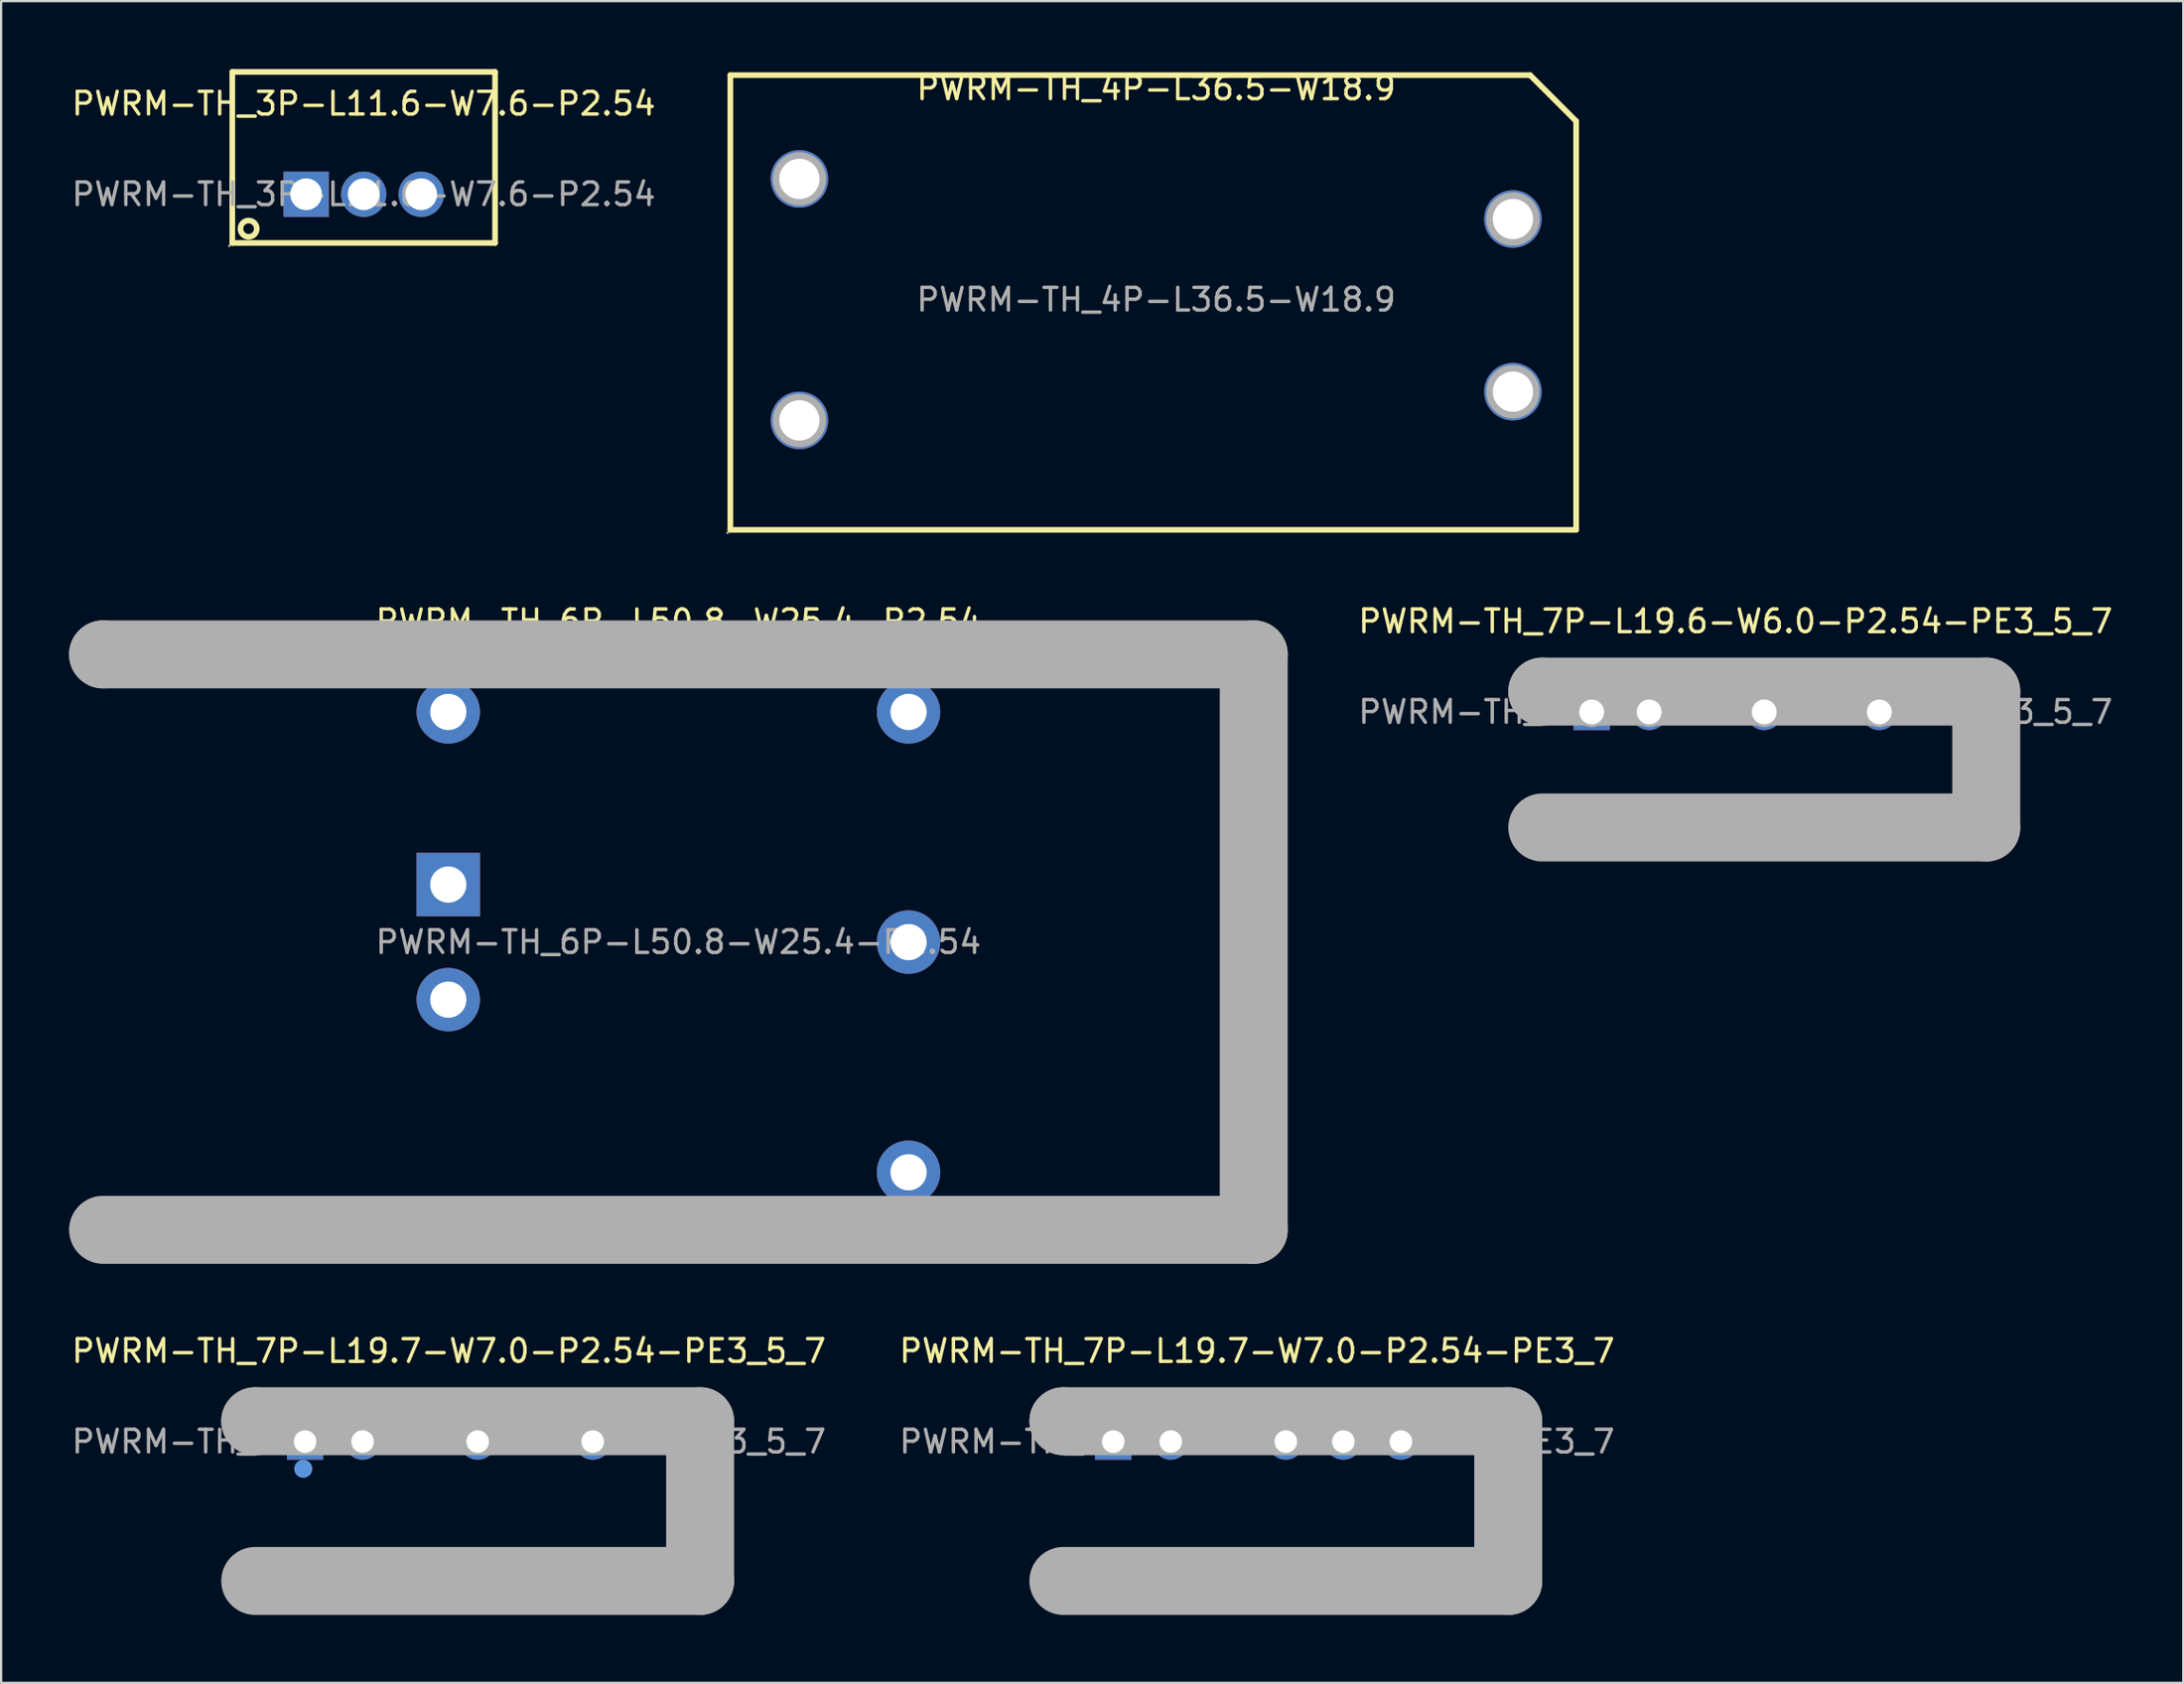
<source format=kicad_pcb>
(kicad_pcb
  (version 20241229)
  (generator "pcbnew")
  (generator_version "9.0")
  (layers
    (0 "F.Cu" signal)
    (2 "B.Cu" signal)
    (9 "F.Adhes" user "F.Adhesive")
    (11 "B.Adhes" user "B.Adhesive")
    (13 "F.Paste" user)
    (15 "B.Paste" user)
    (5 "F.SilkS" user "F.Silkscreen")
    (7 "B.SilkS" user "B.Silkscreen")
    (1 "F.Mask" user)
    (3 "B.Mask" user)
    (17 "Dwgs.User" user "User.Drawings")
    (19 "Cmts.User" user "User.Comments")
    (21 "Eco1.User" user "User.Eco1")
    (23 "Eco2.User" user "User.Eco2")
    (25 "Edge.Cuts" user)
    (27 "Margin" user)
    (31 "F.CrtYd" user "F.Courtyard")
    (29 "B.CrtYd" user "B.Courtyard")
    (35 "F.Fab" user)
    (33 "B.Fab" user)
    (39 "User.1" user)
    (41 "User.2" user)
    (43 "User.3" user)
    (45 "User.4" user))
  (footprint "PWRM-TH_7P-L19.7-W7.0-P2.54-PE3_7"
    (layer "F.Cu")
    (at 52.446 60.585)
    (property "Reference" "PWRM-TH_7P-L19.7-W7.0-P2.54-PE3_7" (at 0 -4 0) (layer "F.SilkS") (effects (font (size 1 1) (thickness 0.15))))
    (attr through_hole)
    (fp_line (start -8.55 -0.9) (end -8.55 -0.9) (stroke (width 3) (type solid)) (layer "F.Fab"))
    (fp_line (start -8.55 -0.9) (end 11.09 -0.9) (stroke (width 3) (type solid)) (layer "F.Fab"))
    (fp_line (start 11.09 -0.9) (end 11.09 6.15) (stroke (width 3) (type solid)) (layer "F.Fab"))
    (fp_line (start 11.09 6.15) (end -8.55 6.15) (stroke (width 3) (type solid)) (layer "F.Fab"))
    (fp_circle (center -8.68 6.28) (end -8.65 6.28) (stroke (width 0.06) (type solid)) (fill no) (layer "F.Fab"))
    (fp_circle (center -6.35 0) (end -6.15 0) (stroke (width 0.4) (type solid)) (fill no) (layer "F.Fab"))
    (fp_circle (center -3.81 0) (end -3.61 0) (stroke (width 0.4) (type solid)) (fill no) (layer "F.Fab"))
    (fp_circle (center 1.27 0) (end 1.47 0) (stroke (width 0.4) (type solid)) (fill no) (layer "F.Fab"))
    (fp_circle (center 3.81 0) (end 4.01 0) (stroke (width 0.4) (type solid)) (fill no) (layer "F.Fab"))
    (fp_circle (center 6.35 0) (end 6.55 0) (stroke (width 0.4) (type solid)) (fill no) (layer "F.Fab"))
    (fp_text user "${REFERENCE}" (at 0 0 0) (layer "F.Fab") (effects (font (size 1 1) (thickness 0.15))))
    (pad "1" thru_hole rect (at -6.35 0 180) (size 1.6 1.6) (drill 1) (layers "*.Cu" "*.Paste" "*.Mask"))
    (pad "2" thru_hole circle (at -3.81 0 180) (size 1.6 1.6) (drill 1) (layers "*.Cu" "*.Paste" "*.Mask"))
    (pad "4" thru_hole circle (at 1.27 0) (size 1.6 1.6) (drill 1) (layers "*.Cu" "*.Paste" "*.Mask"))
    (pad "5" thru_hole circle (at 3.81 0) (size 1.6 1.6) (drill 1) (layers "*.Cu" "*.Paste" "*.Mask"))
    (pad "6" thru_hole circle (at 6.35 0) (size 1.6 1.6) (drill 1) (layers "*.Cu" "*.Paste" "*.Mask")))
  (footprint "PWRM-TH_7P-L19.7-W7.0-P2.54-PE3_5_7"
    (layer "F.Cu")
    (at 16.768 60.585)
    (property "Reference" "PWRM-TH_7P-L19.7-W7.0-P2.54-PE3_5_7" (at 0 -4 0) (layer "F.SilkS") (effects (font (size 1 1) (thickness 0.15))))
    (attr through_hole)
    (fp_circle (center -6.43 1.2) (end -6.23 1.2) (stroke (width 0.4) (type solid)) (fill no) (layer "Cmts.User"))
    (fp_line (start -8.55 -0.9) (end -8.55 -0.9) (stroke (width 3) (type solid)) (layer "F.Fab"))
    (fp_line (start -8.55 -0.9) (end 11.09 -0.9) (stroke (width 3) (type solid)) (layer "F.Fab"))
    (fp_line (start 11.09 -0.9) (end 11.09 6.15) (stroke (width 3) (type solid)) (layer "F.Fab"))
    (fp_line (start 11.09 6.15) (end -8.55 6.15) (stroke (width 3) (type solid)) (layer "F.Fab"))
    (fp_circle (center -8.55 6.3) (end -8.52 6.3) (stroke (width 0.06) (type solid)) (fill no) (layer "F.Fab"))
    (fp_text user "${REFERENCE}" (at 0 0 0) (layer "F.Fab") (effects (font (size 1 1) (thickness 0.15))))
    (pad "1" thru_hole rect (at -6.35 0 180) (size 1.6 1.6) (drill 1) (layers "*.Cu" "*.Paste" "*.Mask"))
    (pad "2" thru_hole circle (at -3.81 0 180) (size 1.6 1.6) (drill 1) (layers "*.Cu" "*.Paste" "*.Mask"))
    (pad "4" thru_hole circle (at 1.27 0) (size 1.6 1.6) (drill 1) (layers "*.Cu" "*.Paste" "*.Mask"))
    (pad "6" thru_hole circle (at 6.35 0) (size 1.6 1.6) (drill 1) (layers "*.Cu" "*.Paste" "*.Mask")))
  (footprint "PWRM-TH_3P-L11.6-W7.6-P2.54"
    (layer "F.Cu")
    (at 13.006 5.525)
    (property "Reference" "PWRM-TH_3P-L11.6-W7.6-P2.54" (at 0 -4 0) (layer "F.SilkS") (effects (font (size 1 1) (thickness 0.15))))
    (attr through_hole)
    (fp_line (start -5.8 -5.4) (end 5.8 -5.4) (stroke (width 0.25) (type solid)) (layer "F.SilkS"))
    (fp_line (start -5.8 2.15) (end -5.8 -5.4) (stroke (width 0.25) (type solid)) (layer "F.SilkS"))
    (fp_line (start -5.8 2.15) (end 5.8 2.15) (stroke (width 0.25) (type solid)) (layer "F.SilkS"))
    (fp_line (start 5.8 2.15) (end 5.8 -5.4) (stroke (width 0.25) (type solid)) (layer "F.SilkS"))
    (fp_circle (center -5.08 1.52) (end -4.72 1.52) (stroke (width 0.25) (type solid)) (fill no) (layer "F.SilkS"))
    (fp_circle (center -5.93 2.28) (end -5.9 2.28) (stroke (width 0.06) (type solid)) (fill no) (layer "F.Fab"))
    (fp_circle (center -2.54 0) (end -2.24 0) (stroke (width 0.6) (type solid)) (fill no) (layer "F.Fab"))
    (fp_circle (center 0 0) (end 0.3 0) (stroke (width 0.6) (type solid)) (fill no) (layer "F.Fab"))
    (fp_circle (center 2.54 0) (end 2.84 0) (stroke (width 0.6) (type solid)) (fill no) (layer "F.Fab"))
    (fp_text user "${REFERENCE}" (at 0 0 0) (layer "F.Fab") (effects (font (size 1 1) (thickness 0.15))))
    (pad "1" thru_hole rect (at -2.54 0) (size 2 2) (drill 1.4) (layers "*.Cu" "*.Paste" "*.Mask"))
    (pad "2" thru_hole circle (at 0 0) (size 2 2) (drill 1.4) (layers "*.Cu" "*.Paste" "*.Mask"))
    (pad "3" thru_hole circle (at 2.54 0) (size 2 2) (drill 1.4) (layers "*.Cu" "*.Paste" "*.Mask")))
  (footprint "PWRM-TH_7P-L19.6-W6.0-P2.54-PE3_5_7"
    (layer "F.Cu")
    (at 73.568 28.377)
    (property "Reference" "PWRM-TH_7P-L19.6-W6.0-P2.54-PE3_5_7" (at 0 -4 0) (layer "F.SilkS") (effects (font (size 1 1) (thickness 0.15))))
    (attr through_hole)
    (fp_line (start -8.53 -0.9) (end -8.53 -0.9) (stroke (width 3) (type solid)) (layer "F.Fab"))
    (fp_line (start -8.53 -0.9) (end 11.07 -0.9) (stroke (width 3) (type solid)) (layer "F.Fab"))
    (fp_line (start 11.07 -0.9) (end 11.07 5.1) (stroke (width 3) (type solid)) (layer "F.Fab"))
    (fp_line (start 11.07 5.1) (end -8.53 5.1) (stroke (width 3) (type solid)) (layer "F.Fab"))
    (fp_circle (center -8.66 5.23) (end -8.63 5.23) (stroke (width 0.06) (type solid)) (fill no) (layer "F.Fab"))
    (fp_circle (center -6.35 0) (end -6.13 0) (stroke (width 0.45) (type solid)) (fill no) (layer "F.Fab"))
    (fp_circle (center -3.81 0) (end -3.59 0) (stroke (width 0.45) (type solid)) (fill no) (layer "F.Fab"))
    (fp_circle (center 1.27 0) (end 1.49 0) (stroke (width 0.45) (type solid)) (fill no) (layer "F.Fab"))
    (fp_circle (center 6.35 0) (end 6.57 0) (stroke (width 0.45) (type solid)) (fill no) (layer "F.Fab"))
    (fp_text user "${REFERENCE}" (at 0 0 0) (layer "F.Fab") (effects (font (size 1 1) (thickness 0.15))))
    (pad "1" thru_hole rect (at -6.35 0) (size 1.6 1.6) (drill 1.1) (layers "*.Cu" "*.Paste" "*.Mask"))
    (pad "2" thru_hole circle (at -3.81 0) (size 1.6 1.6) (drill 1.1) (layers "*.Cu" "*.Paste" "*.Mask"))
    (pad "4" thru_hole circle (at 1.27 0) (size 1.6 1.6) (drill 1.1) (layers "*.Cu" "*.Paste" "*.Mask"))
    (pad "6" thru_hole circle (at 6.35 0) (size 1.6 1.6) (drill 1.1) (layers "*.Cu" "*.Paste" "*.Mask")))
  (footprint "PWRM-TH_6P-L50.8-W25.4-P2.54"
    (layer "F.Cu")
    (at 26.9 38.536)
    (property "Reference" "PWRM-TH_6P-L50.8-W25.4-P2.54" (at 0 -14.16 0) (layer "F.SilkS") (effects (font (size 1 1) (thickness 0.15))))
    (attr through_hole)
    (fp_line (start -25.4 -12.7) (end -25.4 -12.7) (stroke (width 3) (type solid)) (layer "F.Fab"))
    (fp_line (start -25.4 -12.7) (end 25.4 -12.7) (stroke (width 3) (type solid)) (layer "F.Fab"))
    (fp_line (start 25.4 -12.7) (end 25.4 12.7) (stroke (width 3) (type solid)) (layer "F.Fab"))
    (fp_line (start 25.4 12.7) (end -25.4 12.7) (stroke (width 3) (type solid)) (layer "F.Fab"))
    (fp_circle (center -25.53 -12.83) (end -25.5 -12.83) (stroke (width 0.06) (type solid)) (fill no) (layer "F.Fab"))
    (fp_circle (center -10.16 -10.16) (end -9.81 -10.16) (stroke (width 0.7) (type solid)) (fill no) (layer "F.Fab"))
    (fp_circle (center -10.16 -2.54) (end -9.81 -2.54) (stroke (width 0.7) (type solid)) (fill no) (layer "F.Fab"))
    (fp_circle (center -10.16 2.54) (end -9.81 2.54) (stroke (width 0.7) (type solid)) (fill no) (layer "F.Fab"))
    (fp_circle (center 10.16 -10.16) (end 10.51 -10.16) (stroke (width 0.7) (type solid)) (fill no) (layer "F.Fab"))
    (fp_circle (center 10.16 0) (end 10.51 0) (stroke (width 0.7) (type solid)) (fill no) (layer "F.Fab"))
    (fp_circle (center 10.16 10.16) (end 10.51 10.16) (stroke (width 0.7) (type solid)) (fill no) (layer "F.Fab"))
    (fp_text user "${REFERENCE}" (at 0 0 0) (layer "F.Fab") (effects (font (size 1 1) (thickness 0.15))))
    (pad "1" thru_hole rect (at -10.16 -2.54 180) (size 2.8 2.8) (drill 1.6) (layers "*.Cu" "*.Paste" "*.Mask"))
    (pad "2" thru_hole circle (at -10.16 2.54) (size 2.8 2.8) (drill 1.6) (layers "*.Cu" "*.Paste" "*.Mask"))
    (pad "3" thru_hole circle (at 10.16 10.16) (size 2.8 2.8) (drill 1.6) (layers "*.Cu" "*.Paste" "*.Mask"))
    (pad "4" thru_hole circle (at 10.16 0) (size 2.8 2.8) (drill 1.6) (layers "*.Cu" "*.Paste" "*.Mask"))
    (pad "5" thru_hole circle (at 10.16 -10.16) (size 2.8 2.8) (drill 1.6) (layers "*.Cu" "*.Paste" "*.Mask"))
    (pad "6" thru_hole circle (at -10.16 -10.16) (size 2.8 2.8) (drill 1.6) (layers "*.Cu" "*.Paste" "*.Mask")))
  (footprint "PWRM-TH_4P-L36.5-W18.9"
    (layer "F.Cu")
    (at 47.992 10.178)
    (property "Reference" "PWRM-TH_4P-L36.5-W18.9" (at 0 -9.33 0) (layer "F.SilkS") (effects (font (size 1 1) (thickness 0.15))))
    (attr through_hole)
    (fp_line (start -18.8 -9.91) (end -18.8 10.16) (stroke (width 0.25) (type solid)) (layer "F.SilkS"))
    (fp_line (start -18.8 10.16) (end 18.54 10.16) (stroke (width 0.25) (type solid)) (layer "F.SilkS"))
    (fp_line (start 16.51 -9.91) (end -18.8 -9.91) (stroke (width 0.25) (type solid)) (layer "F.SilkS"))
    (fp_line (start 18.54 -7.88) (end 16.51 -9.91) (stroke (width 0.25) (type solid)) (layer "F.SilkS"))
    (fp_line (start 18.54 10.16) (end 18.54 -7.88) (stroke (width 0.25) (type solid)) (layer "F.SilkS"))
    (fp_circle (center -18.92 10.29) (end -18.89 10.29) (stroke (width 0.06) (type solid)) (fill no) (layer "F.Fab"))
    (fp_circle (center -15.75 -5.33) (end -15.36 -5.33) (stroke (width 0.79) (type solid)) (fill no) (layer "F.Fab"))
    (fp_circle (center -15.75 5.33) (end -15.36 5.33) (stroke (width 0.79) (type solid)) (fill no) (layer "F.Fab"))
    (fp_circle (center 15.75 -3.56) (end 16.14 -3.56) (stroke (width 0.79) (type solid)) (fill no) (layer "F.Fab"))
    (fp_circle (center 15.75 4.06) (end 16.14 4.06) (stroke (width 0.79) (type solid)) (fill no) (layer "F.Fab"))
    (fp_text user "${REFERENCE}" (at 0 0 0) (layer "F.Fab") (effects (font (size 1 1) (thickness 0.15))))
    (pad "1" thru_hole circle (at -15.75 5.33) (size 2.54 2.54) (drill 1.778) (layers "*.Cu" "*.Paste" "*.Mask"))
    (pad "2" thru_hole circle (at -15.75 -5.33) (size 2.54 2.54) (drill 1.778) (layers "*.Cu" "*.Paste" "*.Mask"))
    (pad "3" thru_hole circle (at 15.75 -3.56) (size 2.54 2.54) (drill 1.778) (layers "*.Cu" "*.Paste" "*.Mask"))
    (pad "4" thru_hole circle (at 15.75 4.06) (size 2.54 2.54) (drill 1.778) (layers "*.Cu" "*.Paste" "*.Mask")))
  (gr_rect
    (start -3 -3)
    (end 93.336 71.235)
    (stroke (width 0.1) (type default))
    (fill no)
    (layer "Edge.Cuts")))
</source>
